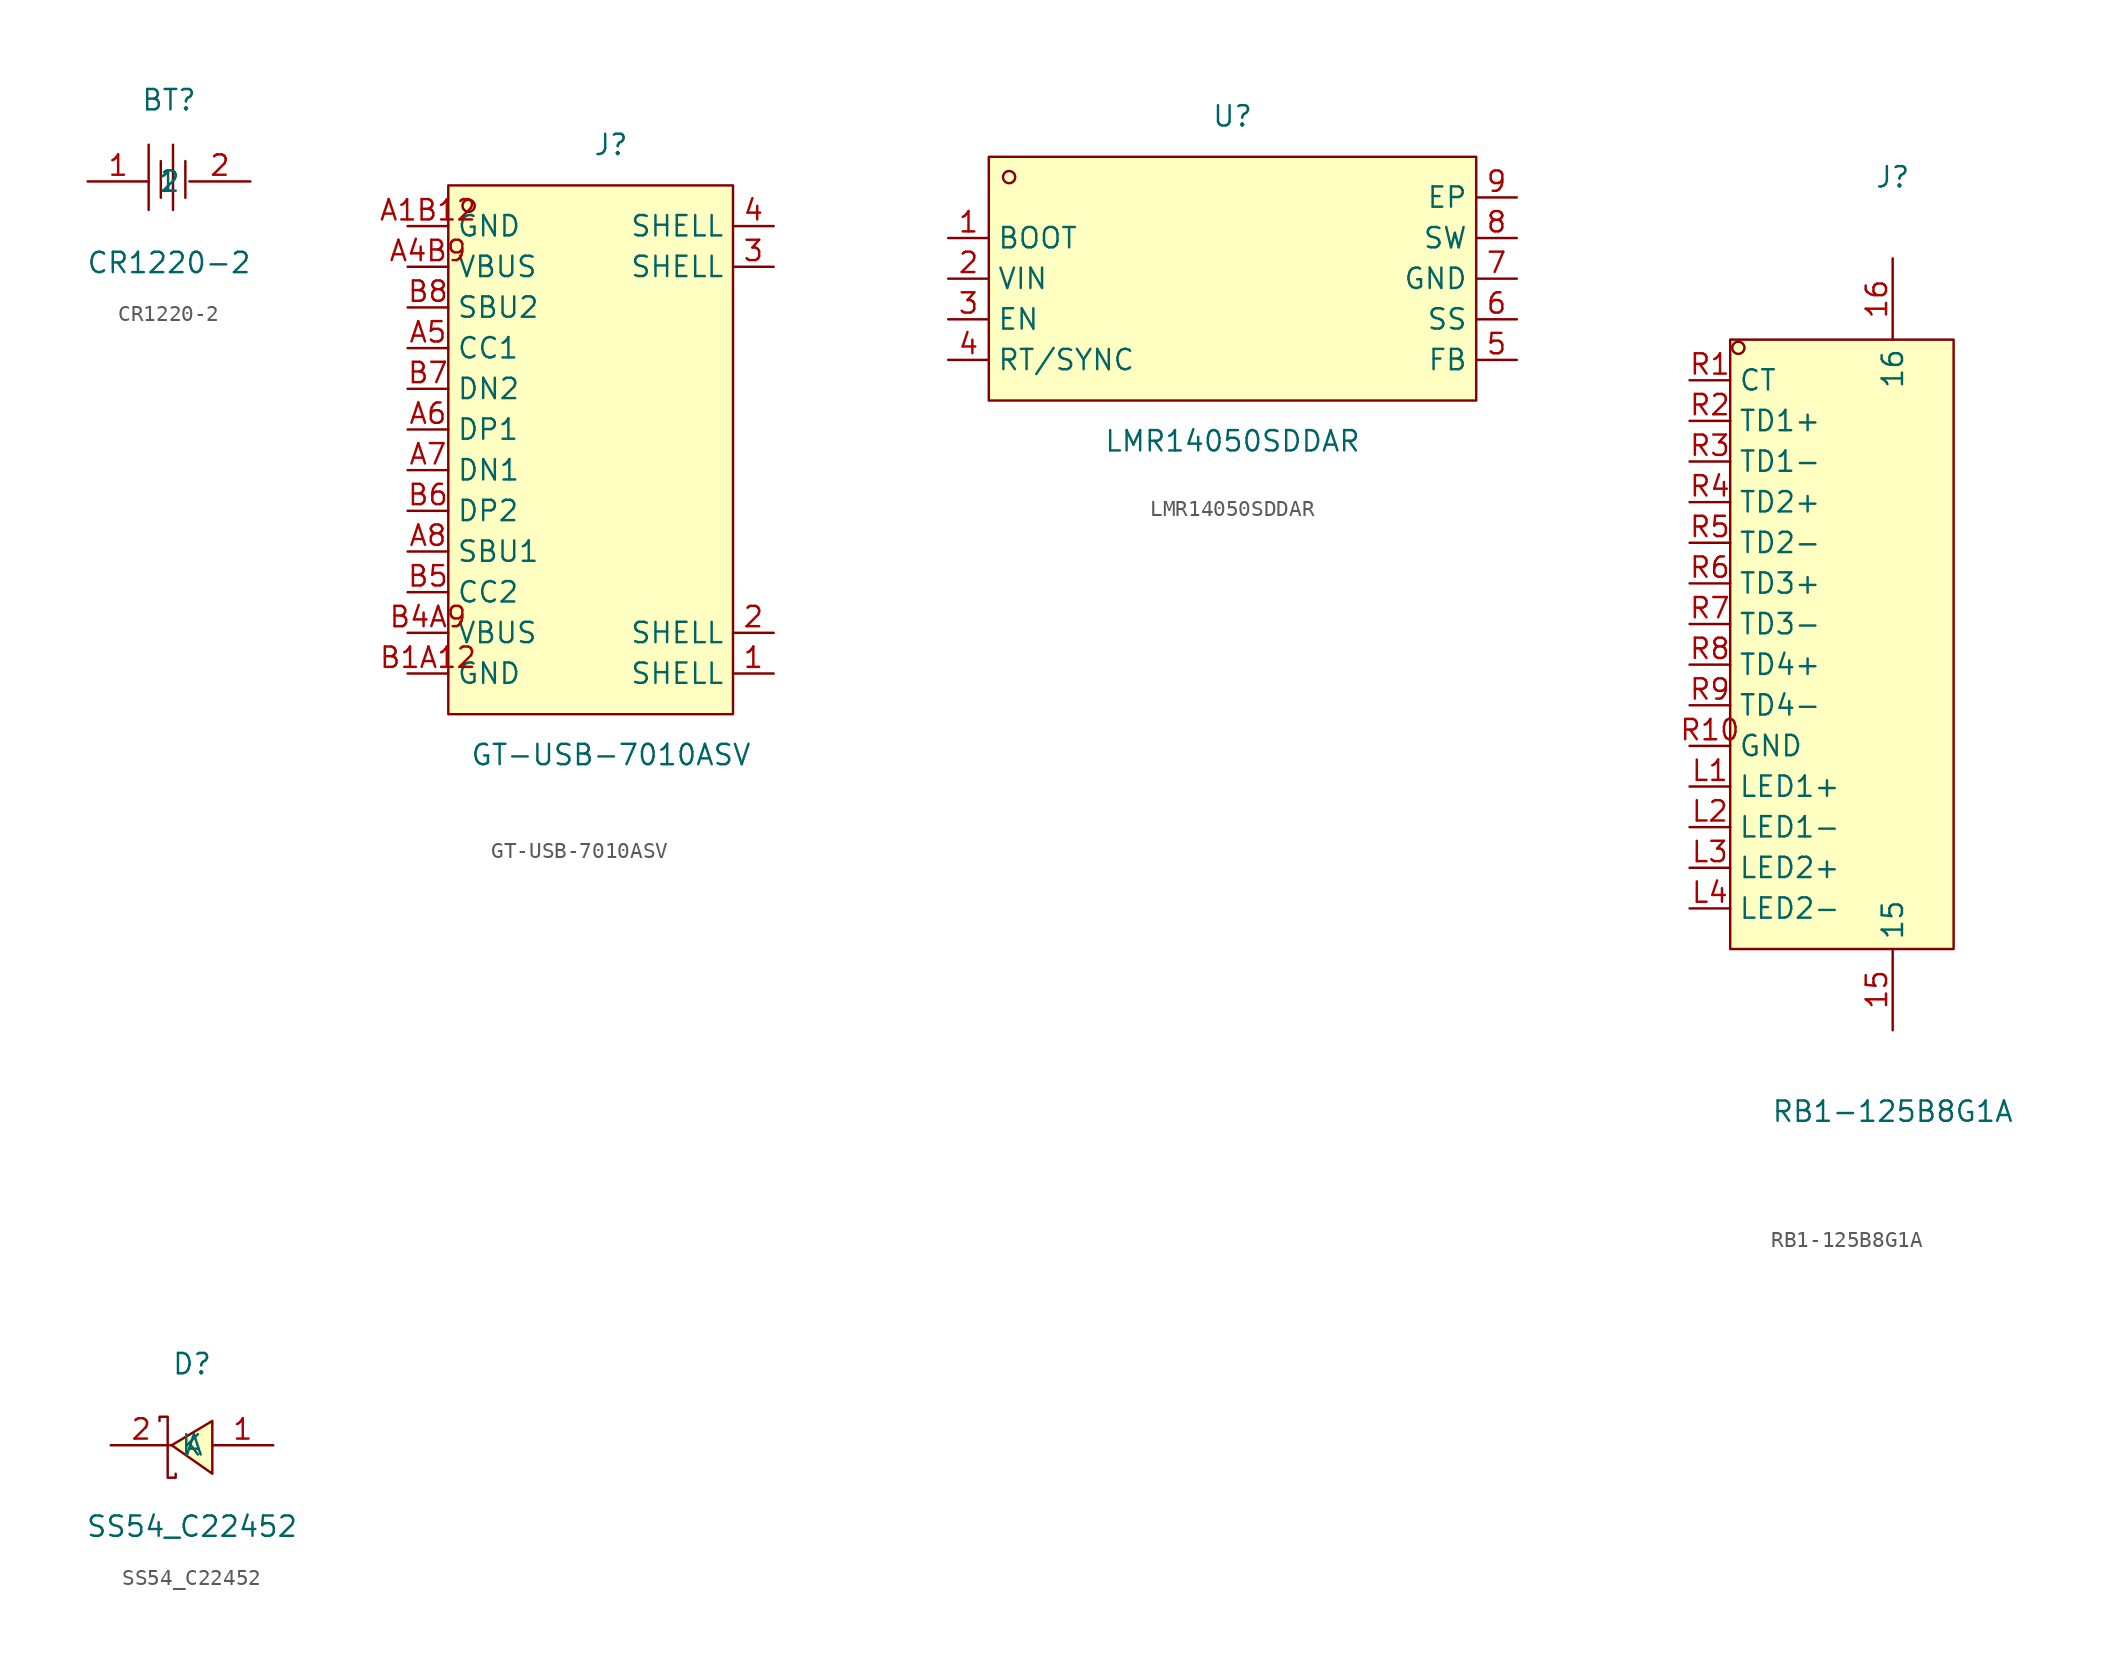
<source format=kicad_sym>
(kicad_symbol_lib
  (version 20241209)
  (generator "kicad_symbol_editor")
  (generator_version "9.0")
  (symbol "CR1220-2"
    (property "Reference" "BT"
      (at 0 5.08 0)
      (effects (font (size 1.27 1.27))))
    (property "Value" "CR1220-2"
      (at 0 -5.08 0)
      (effects (font (size 1.27 1.27))))
    (symbol "CR1220-2_0_1"
      (polyline (pts (xy -1.27 2.29) (xy -1.27 -1.78)) (stroke (width 0) (type default)) (fill (type none)))
      (polyline (pts (xy -0.51 1.27) (xy -0.51 -1.02)) (stroke (width 0) (type default)) (fill (type none)))
      (polyline (pts (xy 0.25 2.29) (xy 0.25 -1.78)) (stroke (width 0) (type default)) (fill (type none)))
      (polyline (pts (xy 1.02 1.27) (xy 1.02 -1.02)) (stroke (width 0) (type default)) (fill (type none)))
      (pin input line (at -5.08 0 0) (length 3.81) (name "1" (effects (font (size 1.27 1.27)))) (number "1" (effects (font (size 1.27 1.27)))))
      (pin input line (at 5.08 0 180) (length 3.81) (name "2" (effects (font (size 1.27 1.27)))) (number "2" (effects (font (size 1.27 1.27)))))))
  (symbol "GT-USB-7010ASV"
    (property "Reference" "J"
      (at 0 20.32 0)
      (effects (font (size 1.27 1.27))))
    (property "Value" "GT-USB-7010ASV"
      (at 0 -17.78 0)
      (effects (font (size 1.27 1.27))))
    (symbol "GT-USB-7010ASV_0_1"
      (rectangle (start -10.16 17.78) (end 7.62 -15.24) (stroke (width 0) (type default)) (fill (type background)))
      (circle (center -8.89 16.51) (radius 0.38) (stroke (width 0) (type default)) (fill (type none)))
      (pin power_out line (at -12.7 15.24 0) (length 2.54) (name "GND" (effects (font (size 1.27 1.27)))) (number "A1B12" (effects (font (size 1.27 1.27)))))
      (pin power_out line (at -12.7 12.7 0) (length 2.54) (name "VBUS" (effects (font (size 1.27 1.27)))) (number "A4B9" (effects (font (size 1.27 1.27)))))
      (pin bidirectional line (at -12.7 10.16 0) (length 2.54) (name "SBU2" (effects (font (size 1.27 1.27)))) (number "B8" (effects (font (size 1.27 1.27)))))
      (pin bidirectional line (at -12.7 7.62 0) (length 2.54) (name "CC1" (effects (font (size 1.27 1.27)))) (number "A5" (effects (font (size 1.27 1.27)))))
      (pin bidirectional line (at -12.7 5.08 0) (length 2.54) (name "DN2" (effects (font (size 1.27 1.27)))) (number "B7" (effects (font (size 1.27 1.27)))))
      (pin bidirectional line (at -12.7 2.54 0) (length 2.54) (name "DP1" (effects (font (size 1.27 1.27)))) (number "A6" (effects (font (size 1.27 1.27)))))
      (pin bidirectional line (at -12.7 0 0) (length 2.54) (name "DN1" (effects (font (size 1.27 1.27)))) (number "A7" (effects (font (size 1.27 1.27)))))
      (pin bidirectional line (at -12.7 -2.54 0) (length 2.54) (name "DP2" (effects (font (size 1.27 1.27)))) (number "B6" (effects (font (size 1.27 1.27)))))
      (pin bidirectional line (at -12.7 -5.08 0) (length 2.54) (name "SBU1" (effects (font (size 1.27 1.27)))) (number "A8" (effects (font (size 1.27 1.27)))))
      (pin bidirectional line (at -12.7 -7.62 0) (length 2.54) (name "CC2" (effects (font (size 1.27 1.27)))) (number "B5" (effects (font (size 1.27 1.27)))))
      (pin passive line (at -12.7 -10.16 0) (length 2.54) (name "VBUS" (effects (font (size 1.27 1.27)))) (number "B4A9" (effects (font (size 1.27 1.27)))))
      (pin passive line (at -12.7 -12.7 0) (length 2.54) (name "GND" (effects (font (size 1.27 1.27)))) (number "B1A12" (effects (font (size 1.27 1.27)))))
      (pin passive line (at 10.16 15.24 180) (length 2.54) (name "SHELL" (effects (font (size 1.27 1.27)))) (number "4" (effects (font (size 1.27 1.27)))))
      (pin passive line (at 10.16 12.7 180) (length 2.54) (name "SHELL" (effects (font (size 1.27 1.27)))) (number "3" (effects (font (size 1.27 1.27)))))
      (pin passive line (at 10.16 -10.16 180) (length 2.54) (name "SHELL" (effects (font (size 1.27 1.27)))) (number "2" (effects (font (size 1.27 1.27)))))
      (pin passive line (at 10.16 -12.7 180) (length 2.54) (name "SHELL" (effects (font (size 1.27 1.27)))) (number "1" (effects (font (size 1.27 1.27)))))))
  (symbol "LMR14050SDDAR"
    (property "Reference" "U"
      (at 0 10.16 0)
      (effects (font (size 1.27 1.27))))
    (property "Value" "LMR14050SDDAR"
      (at 0 -10.16 0)
      (effects (font (size 1.27 1.27))))
    (symbol "LMR14050SDDAR_0_1"
      (rectangle (start -15.24 7.62) (end 15.24 -7.62) (stroke (width 0) (type default)) (fill (type background)))
      (circle (center -13.97 6.35) (radius 0.38) (stroke (width 0) (type default)) (fill (type none)))
      (pin input line (at -17.78 2.54 0) (length 2.54) (name "BOOT" (effects (font (size 1.27 1.27)))) (number "1" (effects (font (size 1.27 1.27)))))
      (pin power_in line (at -17.78 0 0) (length 2.54) (name "VIN" (effects (font (size 1.27 1.27)))) (number "2" (effects (font (size 1.27 1.27)))))
      (pin input line (at -17.78 -2.54 0) (length 2.54) (name "EN" (effects (font (size 1.27 1.27)))) (number "3" (effects (font (size 1.27 1.27)))))
      (pin input line (at -17.78 -5.08 0) (length 2.54) (name "RT/SYNC" (effects (font (size 1.27 1.27)))) (number "4" (effects (font (size 1.27 1.27)))))
      (pin passive line (at 17.78 5.08 180) (length 2.54) (name "EP" (effects (font (size 1.27 1.27)))) (number "9" (effects (font (size 1.27 1.27)))))
      (pin output line (at 17.78 2.54 180) (length 2.54) (name "SW" (effects (font (size 1.27 1.27)))) (number "8" (effects (font (size 1.27 1.27)))))
      (pin power_in line (at 17.78 0 180) (length 2.54) (name "GND" (effects (font (size 1.27 1.27)))) (number "7" (effects (font (size 1.27 1.27)))))
      (pin input line (at 17.78 -2.54 180) (length 2.54) (name "SS" (effects (font (size 1.27 1.27)))) (number "6" (effects (font (size 1.27 1.27)))))
      (pin input line (at 17.78 -5.08 180) (length 2.54) (name "FB" (effects (font (size 1.27 1.27)))) (number "5" (effects (font (size 1.27 1.27)))))))
  (symbol "RB1-125B8G1A"
    (property "Reference" "J"
      (at 0 29.21 0)
      (effects (font (size 1.27 1.27))))
    (property "Value" "RB1-125B8G1A"
      (at 0 -29.21 0)
      (effects (font (size 1.27 1.27))))
    (symbol "RB1-125B8G1A_0_1"
      (rectangle (start -10.16 19.05) (end 3.81 -19.05) (stroke (width 0) (type default)) (fill (type background)))
      (circle (center -9.65 18.54) (radius 0.38) (stroke (width 0) (type default)) (fill (type none)))
      (pin passive line (at -12.7 16.51 0) (length 2.54) (name "CT" (effects (font (size 1.27 1.27)))) (number "R1" (effects (font (size 1.27 1.27)))))
      (pin bidirectional line (at -12.7 13.97 0) (length 2.54) (name "TD1+" (effects (font (size 1.27 1.27)))) (number "R2" (effects (font (size 1.27 1.27)))))
      (pin bidirectional line (at -12.7 11.43 0) (length 2.54) (name "TD1-" (effects (font (size 1.27 1.27)))) (number "R3" (effects (font (size 1.27 1.27)))))
      (pin bidirectional line (at -12.7 8.89 0) (length 2.54) (name "TD2+" (effects (font (size 1.27 1.27)))) (number "R4" (effects (font (size 1.27 1.27)))))
      (pin bidirectional line (at -12.7 6.35 0) (length 2.54) (name "TD2-" (effects (font (size 1.27 1.27)))) (number "R5" (effects (font (size 1.27 1.27)))))
      (pin bidirectional line (at -12.7 3.81 0) (length 2.54) (name "TD3+" (effects (font (size 1.27 1.27)))) (number "R6" (effects (font (size 1.27 1.27)))))
      (pin bidirectional line (at -12.7 1.27 0) (length 2.54) (name "TD3-" (effects (font (size 1.27 1.27)))) (number "R7" (effects (font (size 1.27 1.27)))))
      (pin bidirectional line (at -12.7 -1.27 0) (length 2.54) (name "TD4+" (effects (font (size 1.27 1.27)))) (number "R8" (effects (font (size 1.27 1.27)))))
      (pin bidirectional line (at -12.7 -3.81 0) (length 2.54) (name "TD4-" (effects (font (size 1.27 1.27)))) (number "R9" (effects (font (size 1.27 1.27)))))
      (pin power_in line (at -12.7 -6.35 0) (length 2.54) (name "GND" (effects (font (size 1.27 1.27)))) (number "R10" (effects (font (size 1.27 1.27)))))
      (pin input line (at -12.7 -8.89 0) (length 2.54) (name "LED1+" (effects (font (size 1.27 1.27)))) (number "L1" (effects (font (size 1.27 1.27)))))
      (pin output line (at -12.7 -11.43 0) (length 2.54) (name "LED1-" (effects (font (size 1.27 1.27)))) (number "L2" (effects (font (size 1.27 1.27)))))
      (pin input line (at -12.7 -13.97 0) (length 2.54) (name "LED2+" (effects (font (size 1.27 1.27)))) (number "L3" (effects (font (size 1.27 1.27)))))
      (pin output line (at -12.7 -16.51 0) (length 2.54) (name "LED2-" (effects (font (size 1.27 1.27)))) (number "L4" (effects (font (size 1.27 1.27)))))
      (pin passive line (at 0 24.13 270) (length 5.08) (name "16" (effects (font (size 1.27 1.27)))) (number "16" (effects (font (size 1.27 1.27)))))
      (pin passive line (at 0 -24.13 90) (length 5.08) (name "15" (effects (font (size 1.27 1.27)))) (number "15" (effects (font (size 1.27 1.27)))))))
  (symbol "SS54_C22452"
    (property "Reference" "D"
      (at 0 5.08 0)
      (effects (font (size 1.27 1.27))))
    (property "Value" "SS54_C22452"
      (at 0 -5.08 0)
      (effects (font (size 1.27 1.27))))
    (symbol "SS54_C22452_0_1"
      (polyline (pts (xy -2.03 1.52) (xy -2.03 1.78) (xy -1.52 1.78) (xy -1.52 -2.03) (xy -1.02 -2.03) (xy -1.02 -1.78)) (stroke (width 0) (type default)) (fill (type none)))
      (polyline (pts (xy 1.27 1.52) (xy -1.27 0) (xy 1.27 -1.78) (xy 1.27 1.52)) (stroke (width 0) (type default)) (fill (type background)))
      (pin unspecified line (at -5.08 0 0) (length 3.81) (name "K" (effects (font (size 1.27 1.27)))) (number "2" (effects (font (size 1.27 1.27)))))
      (pin unspecified line (at 5.08 0 180) (length 3.81) (name "A" (effects (font (size 1.27 1.27)))) (number "1" (effects (font (size 1.27 1.27))))))))
</source>
